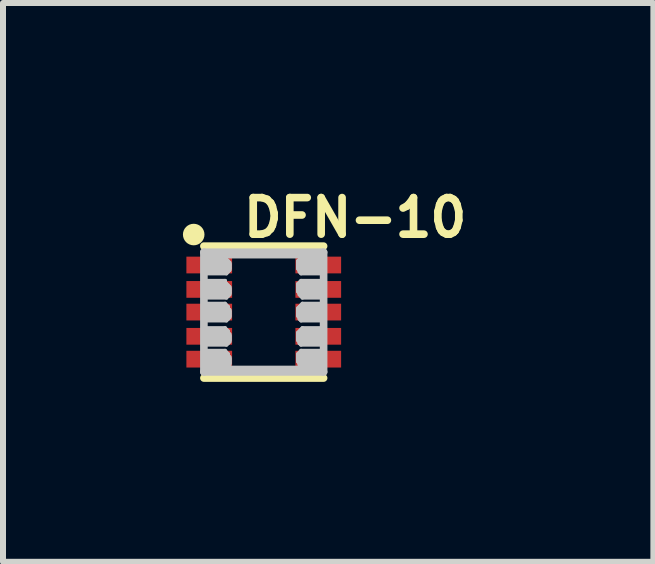
<source format=kicad_pcb>
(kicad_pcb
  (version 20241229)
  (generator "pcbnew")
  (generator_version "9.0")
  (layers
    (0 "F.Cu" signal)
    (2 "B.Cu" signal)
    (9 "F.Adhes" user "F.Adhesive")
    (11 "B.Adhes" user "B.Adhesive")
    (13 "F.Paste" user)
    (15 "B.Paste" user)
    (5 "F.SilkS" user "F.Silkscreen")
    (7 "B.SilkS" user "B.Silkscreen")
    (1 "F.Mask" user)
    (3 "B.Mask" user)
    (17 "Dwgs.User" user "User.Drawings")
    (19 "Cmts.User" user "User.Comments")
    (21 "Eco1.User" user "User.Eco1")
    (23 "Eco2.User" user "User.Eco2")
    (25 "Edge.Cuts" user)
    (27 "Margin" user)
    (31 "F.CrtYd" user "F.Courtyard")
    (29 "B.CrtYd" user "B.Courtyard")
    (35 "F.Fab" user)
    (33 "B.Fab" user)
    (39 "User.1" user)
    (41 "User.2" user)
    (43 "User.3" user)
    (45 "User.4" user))
  (footprint "DFN-10"
    (layer "F.Cu")
    (at 1.348 2.154)
    (property "Reference" "DFN-10" (at 1.524 -1.575 0) (layer "F.SilkS") (effects (font (size 0.61 0.61) (thickness 0.127))))
    (attr smd)
    (fp_line (start -0.998 -1.1) (end 0.998 -1.1) (stroke (width 0.127) (type solid)) (layer "F.SilkS"))
    (fp_line (start -0.998 1.1) (end 0.998 1.1) (stroke (width 0.127) (type solid)) (layer "F.SilkS"))
    (fp_circle (center -1.168 -1.293) (end -1.295 -1.42) (stroke (width 0) (type solid)) (fill yes) (layer "F.SilkS"))
    (fp_line (start -1.003 -0.978) (end 1.003 -0.978) (stroke (width 0.066) (type solid)) (layer "Dwgs.User"))
    (fp_line (start -1.003 -0.953) (end -1.003 -0.978) (stroke (width 0.066) (type solid)) (layer "Dwgs.User"))
    (fp_line (start -1.003 -0.953) (end 1.003 -0.953) (stroke (width 0.066) (type solid)) (layer "Dwgs.User"))
    (fp_line (start -1.003 -0.953) (end 1.003 -0.953) (stroke (width 0.066) (type solid)) (layer "Dwgs.User"))
    (fp_line (start -1.003 -0.927) (end -1.003 -0.953) (stroke (width 0.066) (type solid)) (layer "Dwgs.User"))
    (fp_line (start -1.003 -0.927) (end -0.645 -0.927) (stroke (width 0.066) (type solid)) (layer "Dwgs.User"))
    (fp_line (start -1.003 -0.927) (end 1.003 -0.927) (stroke (width 0.066) (type solid)) (layer "Dwgs.User"))
    (fp_line (start -1.003 -0.899) (end -1.003 -0.927) (stroke (width 0.066) (type solid)) (layer "Dwgs.User"))
    (fp_line (start -1.003 -0.899) (end -0.645 -0.899) (stroke (width 0.066) (type solid)) (layer "Dwgs.User"))
    (fp_line (start -1.003 -0.899) (end -0.645 -0.899) (stroke (width 0.066) (type solid)) (layer "Dwgs.User"))
    (fp_line (start -1.003 -0.876) (end -1.003 -0.899) (stroke (width 0.066) (type solid)) (layer "Dwgs.User"))
    (fp_line (start -1.003 -0.876) (end -0.645 -0.876) (stroke (width 0.066) (type solid)) (layer "Dwgs.User"))
    (fp_line (start -1.003 -0.876) (end -0.622 -0.876) (stroke (width 0.066) (type solid)) (layer "Dwgs.User"))
    (fp_line (start -1.003 -0.851) (end -1.003 -0.876) (stroke (width 0.066) (type solid)) (layer "Dwgs.User"))
    (fp_line (start -1.003 -0.851) (end -0.622 -0.851) (stroke (width 0.066) (type solid)) (layer "Dwgs.User"))
    (fp_line (start -1.003 -0.851) (end -0.597 -0.851) (stroke (width 0.066) (type solid)) (layer "Dwgs.User"))
    (fp_line (start -1.003 -0.826) (end -1.003 -0.851) (stroke (width 0.066) (type solid)) (layer "Dwgs.User"))
    (fp_line (start -1.003 -0.826) (end -0.597 -0.826) (stroke (width 0.066) (type solid)) (layer "Dwgs.User"))
    (fp_line (start -1.003 -0.826) (end -0.572 -0.826) (stroke (width 0.066) (type solid)) (layer "Dwgs.User"))
    (fp_line (start -1.003 -0.8) (end -1.003 -0.826) (stroke (width 0.066) (type solid)) (layer "Dwgs.User"))
    (fp_line (start -1.003 -0.8) (end -0.572 -0.8) (stroke (width 0.066) (type solid)) (layer "Dwgs.User"))
    (fp_line (start -1.003 -0.8) (end -0.572 -0.8) (stroke (width 0.066) (type solid)) (layer "Dwgs.User"))
    (fp_line (start -1.003 -0.775) (end -1.003 -0.8) (stroke (width 0.066) (type solid)) (layer "Dwgs.User"))
    (fp_line (start -1.003 -0.775) (end -0.572 -0.775) (stroke (width 0.066) (type solid)) (layer "Dwgs.User"))
    (fp_line (start -1.003 -0.775) (end -0.572 -0.775) (stroke (width 0.066) (type solid)) (layer "Dwgs.User"))
    (fp_line (start -1.003 -0.749) (end -1.003 -0.775) (stroke (width 0.066) (type solid)) (layer "Dwgs.User"))
    (fp_line (start -1.003 -0.749) (end -0.572 -0.749) (stroke (width 0.066) (type solid)) (layer "Dwgs.User"))
    (fp_line (start -1.003 -0.749) (end -0.572 -0.749) (stroke (width 0.066) (type solid)) (layer "Dwgs.User"))
    (fp_line (start -1.003 -0.724) (end -1.003 -0.749) (stroke (width 0.066) (type solid)) (layer "Dwgs.User"))
    (fp_line (start -1.003 -0.724) (end -0.572 -0.724) (stroke (width 0.066) (type solid)) (layer "Dwgs.User"))
    (fp_line (start -1.003 -0.724) (end -0.572 -0.724) (stroke (width 0.066) (type solid)) (layer "Dwgs.User"))
    (fp_line (start -1.003 -0.699) (end -1.003 -0.724) (stroke (width 0.066) (type solid)) (layer "Dwgs.User"))
    (fp_line (start -1.003 -0.699) (end -0.597 -0.699) (stroke (width 0.066) (type solid)) (layer "Dwgs.User"))
    (fp_line (start -1.003 -0.699) (end -0.572 -0.699) (stroke (width 0.066) (type solid)) (layer "Dwgs.User"))
    (fp_line (start -1.003 -0.673) (end -1.003 -0.699) (stroke (width 0.066) (type solid)) (layer "Dwgs.User"))
    (fp_line (start -1.003 -0.673) (end -0.622 -0.673) (stroke (width 0.066) (type solid)) (layer "Dwgs.User"))
    (fp_line (start -1.003 -0.673) (end -0.597 -0.673) (stroke (width 0.066) (type solid)) (layer "Dwgs.User"))
    (fp_line (start -1.003 -0.645) (end -1.003 -0.673) (stroke (width 0.066) (type solid)) (layer "Dwgs.User"))
    (fp_line (start -1.003 -0.645) (end -0.622 -0.645) (stroke (width 0.066) (type solid)) (layer "Dwgs.User"))
    (fp_line (start -1.003 -0.521) (end -0.645 -0.521) (stroke (width 0.066) (type solid)) (layer "Dwgs.User"))
    (fp_line (start -1.003 -0.495) (end -1.003 -0.521) (stroke (width 0.066) (type solid)) (layer "Dwgs.User"))
    (fp_line (start -1.003 -0.495) (end -0.645 -0.495) (stroke (width 0.066) (type solid)) (layer "Dwgs.User"))
    (fp_line (start -1.003 -0.495) (end -0.645 -0.495) (stroke (width 0.066) (type solid)) (layer "Dwgs.User"))
    (fp_line (start -1.003 -0.47) (end -1.003 -0.495) (stroke (width 0.066) (type solid)) (layer "Dwgs.User"))
    (fp_line (start -1.003 -0.47) (end -0.645 -0.47) (stroke (width 0.066) (type solid)) (layer "Dwgs.User"))
    (fp_line (start -1.003 -0.47) (end -0.622 -0.47) (stroke (width 0.066) (type solid)) (layer "Dwgs.User"))
    (fp_line (start -1.003 -0.445) (end -1.003 -0.47) (stroke (width 0.066) (type solid)) (layer "Dwgs.User"))
    (fp_line (start -1.003 -0.445) (end -0.622 -0.445) (stroke (width 0.066) (type solid)) (layer "Dwgs.User"))
    (fp_line (start -1.003 -0.445) (end -0.597 -0.445) (stroke (width 0.066) (type solid)) (layer "Dwgs.User"))
    (fp_line (start -1.003 -0.419) (end -1.003 -0.445) (stroke (width 0.066) (type solid)) (layer "Dwgs.User"))
    (fp_line (start -1.003 -0.419) (end -0.597 -0.419) (stroke (width 0.066) (type solid)) (layer "Dwgs.User"))
    (fp_line (start -1.003 -0.419) (end -0.572 -0.419) (stroke (width 0.066) (type solid)) (layer "Dwgs.User"))
    (fp_line (start -1.003 -0.394) (end -1.003 -0.419) (stroke (width 0.066) (type solid)) (layer "Dwgs.User"))
    (fp_line (start -1.003 -0.394) (end -0.572 -0.394) (stroke (width 0.066) (type solid)) (layer "Dwgs.User"))
    (fp_line (start -1.003 -0.394) (end -0.572 -0.394) (stroke (width 0.066) (type solid)) (layer "Dwgs.User"))
    (fp_line (start -1.003 -0.368) (end -1.003 -0.394) (stroke (width 0.066) (type solid)) (layer "Dwgs.User"))
    (fp_line (start -1.003 -0.368) (end -0.572 -0.368) (stroke (width 0.066) (type solid)) (layer "Dwgs.User"))
    (fp_line (start -1.003 -0.368) (end -0.572 -0.368) (stroke (width 0.066) (type solid)) (layer "Dwgs.User"))
    (fp_line (start -1.003 -0.343) (end -1.003 -0.368) (stroke (width 0.066) (type solid)) (layer "Dwgs.User"))
    (fp_line (start -1.003 -0.343) (end -0.572 -0.343) (stroke (width 0.066) (type solid)) (layer "Dwgs.User"))
    (fp_line (start -1.003 -0.343) (end -0.572 -0.343) (stroke (width 0.066) (type solid)) (layer "Dwgs.User"))
    (fp_line (start -1.003 -0.318) (end -1.003 -0.343) (stroke (width 0.066) (type solid)) (layer "Dwgs.User"))
    (fp_line (start -1.003 -0.318) (end -0.572 -0.318) (stroke (width 0.066) (type solid)) (layer "Dwgs.User"))
    (fp_line (start -1.003 -0.318) (end -0.572 -0.318) (stroke (width 0.066) (type solid)) (layer "Dwgs.User"))
    (fp_line (start -1.003 -0.292) (end -1.003 -0.318) (stroke (width 0.066) (type solid)) (layer "Dwgs.User"))
    (fp_line (start -1.003 -0.292) (end -0.597 -0.292) (stroke (width 0.066) (type solid)) (layer "Dwgs.User"))
    (fp_line (start -1.003 -0.292) (end -0.572 -0.292) (stroke (width 0.066) (type solid)) (layer "Dwgs.User"))
    (fp_line (start -1.003 -0.267) (end -1.003 -0.292) (stroke (width 0.066) (type solid)) (layer "Dwgs.User"))
    (fp_line (start -1.003 -0.267) (end -0.622 -0.267) (stroke (width 0.066) (type solid)) (layer "Dwgs.User"))
    (fp_line (start -1.003 -0.267) (end -0.597 -0.267) (stroke (width 0.066) (type solid)) (layer "Dwgs.User"))
    (fp_line (start -1.003 -0.241) (end -1.003 -0.267) (stroke (width 0.066) (type solid)) (layer "Dwgs.User"))
    (fp_line (start -1.003 -0.241) (end -0.622 -0.241) (stroke (width 0.066) (type solid)) (layer "Dwgs.User"))
    (fp_line (start -1.003 -0.14) (end -0.645 -0.14) (stroke (width 0.066) (type solid)) (layer "Dwgs.User"))
    (fp_line (start -1.003 -0.114) (end -1.003 -0.14) (stroke (width 0.066) (type solid)) (layer "Dwgs.User"))
    (fp_line (start -1.003 -0.114) (end -0.645 -0.114) (stroke (width 0.066) (type solid)) (layer "Dwgs.User"))
    (fp_line (start -1.003 -0.114) (end -0.622 -0.114) (stroke (width 0.066) (type solid)) (layer "Dwgs.User"))
    (fp_line (start -1.003 -0.089) (end -1.003 -0.114) (stroke (width 0.066) (type solid)) (layer "Dwgs.User"))
    (fp_line (start -1.003 -0.089) (end -0.622 -0.089) (stroke (width 0.066) (type solid)) (layer "Dwgs.User"))
    (fp_line (start -1.003 -0.089) (end -0.597 -0.089) (stroke (width 0.066) (type solid)) (layer "Dwgs.User"))
    (fp_line (start -1.003 -0.064) (end -1.003 -0.089) (stroke (width 0.066) (type solid)) (layer "Dwgs.User"))
    (fp_line (start -1.003 -0.064) (end -0.597 -0.064) (stroke (width 0.066) (type solid)) (layer "Dwgs.User"))
    (fp_line (start -1.003 -0.064) (end -0.597 -0.064) (stroke (width 0.066) (type solid)) (layer "Dwgs.User"))
    (fp_line (start -1.003 -0.038) (end -1.003 -0.064) (stroke (width 0.066) (type solid)) (layer "Dwgs.User"))
    (fp_line (start -1.003 -0.038) (end -0.597 -0.038) (stroke (width 0.066) (type solid)) (layer "Dwgs.User"))
    (fp_line (start -1.003 -0.038) (end -0.572 -0.038) (stroke (width 0.066) (type solid)) (layer "Dwgs.User"))
    (fp_line (start -1.003 -0.013) (end -1.003 -0.038) (stroke (width 0.066) (type solid)) (layer "Dwgs.User"))
    (fp_line (start -1.003 -0.013) (end -0.572 -0.013) (stroke (width 0.066) (type solid)) (layer "Dwgs.User"))
    (fp_line (start -1.003 -0.013) (end -0.572 -0.013) (stroke (width 0.066) (type solid)) (layer "Dwgs.User"))
    (fp_line (start -1.003 0.013) (end -1.003 -0.013) (stroke (width 0.066) (type solid)) (layer "Dwgs.User"))
    (fp_line (start -1.003 0.013) (end -0.572 0.013) (stroke (width 0.066) (type solid)) (layer "Dwgs.User"))
    (fp_line (start -1.003 0.013) (end -0.572 0.013) (stroke (width 0.066) (type solid)) (layer "Dwgs.User"))
    (fp_line (start -1.003 0.038) (end -1.003 0.013) (stroke (width 0.066) (type solid)) (layer "Dwgs.User"))
    (fp_line (start -1.003 0.038) (end -0.572 0.038) (stroke (width 0.066) (type solid)) (layer "Dwgs.User"))
    (fp_line (start -1.003 0.038) (end -0.572 0.038) (stroke (width 0.066) (type solid)) (layer "Dwgs.User"))
    (fp_line (start -1.003 0.064) (end -1.003 0.038) (stroke (width 0.066) (type solid)) (layer "Dwgs.User"))
    (fp_line (start -1.003 0.064) (end -0.572 0.064) (stroke (width 0.066) (type solid)) (layer "Dwgs.User"))
    (fp_line (start -1.003 0.064) (end -0.572 0.064) (stroke (width 0.066) (type solid)) (layer "Dwgs.User"))
    (fp_line (start -1.003 0.089) (end -1.003 0.064) (stroke (width 0.066) (type solid)) (layer "Dwgs.User"))
    (fp_line (start -1.003 0.089) (end -0.597 0.089) (stroke (width 0.066) (type solid)) (layer "Dwgs.User"))
    (fp_line (start -1.003 0.089) (end -0.572 0.089) (stroke (width 0.066) (type solid)) (layer "Dwgs.User"))
    (fp_line (start -1.003 0.114) (end -1.003 0.089) (stroke (width 0.066) (type solid)) (layer "Dwgs.User"))
    (fp_line (start -1.003 0.114) (end -0.622 0.114) (stroke (width 0.066) (type solid)) (layer "Dwgs.User"))
    (fp_line (start -1.003 0.114) (end -0.597 0.114) (stroke (width 0.066) (type solid)) (layer "Dwgs.User"))
    (fp_line (start -1.003 0.14) (end -1.003 0.114) (stroke (width 0.066) (type solid)) (layer "Dwgs.User"))
    (fp_line (start -1.003 0.14) (end -0.622 0.14) (stroke (width 0.066) (type solid)) (layer "Dwgs.User"))
    (fp_line (start -1.003 0.267) (end -0.645 0.267) (stroke (width 0.066) (type solid)) (layer "Dwgs.User"))
    (fp_line (start -1.003 0.292) (end -1.003 0.267) (stroke (width 0.066) (type solid)) (layer "Dwgs.User"))
    (fp_line (start -1.003 0.292) (end -0.645 0.292) (stroke (width 0.066) (type solid)) (layer "Dwgs.User"))
    (fp_line (start -1.003 0.292) (end -0.622 0.292) (stroke (width 0.066) (type solid)) (layer "Dwgs.User"))
    (fp_line (start -1.003 0.318) (end -1.003 0.292) (stroke (width 0.066) (type solid)) (layer "Dwgs.User"))
    (fp_line (start -1.003 0.318) (end -0.622 0.318) (stroke (width 0.066) (type solid)) (layer "Dwgs.User"))
    (fp_line (start -1.003 0.318) (end -0.597 0.318) (stroke (width 0.066) (type solid)) (layer "Dwgs.User"))
    (fp_line (start -1.003 0.343) (end -1.003 0.318) (stroke (width 0.066) (type solid)) (layer "Dwgs.User"))
    (fp_line (start -1.003 0.343) (end -0.597 0.343) (stroke (width 0.066) (type solid)) (layer "Dwgs.User"))
    (fp_line (start -1.003 0.343) (end -0.597 0.343) (stroke (width 0.066) (type solid)) (layer "Dwgs.User"))
    (fp_line (start -1.003 0.368) (end -1.003 0.343) (stroke (width 0.066) (type solid)) (layer "Dwgs.User"))
    (fp_line (start -1.003 0.368) (end -0.597 0.368) (stroke (width 0.066) (type solid)) (layer "Dwgs.User"))
    (fp_line (start -1.003 0.368) (end -0.572 0.368) (stroke (width 0.066) (type solid)) (layer "Dwgs.User"))
    (fp_line (start -1.003 0.394) (end -1.003 0.368) (stroke (width 0.066) (type solid)) (layer "Dwgs.User"))
    (fp_line (start -1.003 0.394) (end -0.572 0.394) (stroke (width 0.066) (type solid)) (layer "Dwgs.User"))
    (fp_line (start -1.003 0.394) (end -0.572 0.394) (stroke (width 0.066) (type solid)) (layer "Dwgs.User"))
    (fp_line (start -1.003 0.419) (end -1.003 0.394) (stroke (width 0.066) (type solid)) (layer "Dwgs.User"))
    (fp_line (start -1.003 0.419) (end -0.572 0.419) (stroke (width 0.066) (type solid)) (layer "Dwgs.User"))
    (fp_line (start -1.003 0.419) (end -0.572 0.419) (stroke (width 0.066) (type solid)) (layer "Dwgs.User"))
    (fp_line (start -1.003 0.445) (end -1.003 0.419) (stroke (width 0.066) (type solid)) (layer "Dwgs.User"))
    (fp_line (start -1.003 0.445) (end -0.572 0.445) (stroke (width 0.066) (type solid)) (layer "Dwgs.User"))
    (fp_line (start -1.003 0.445) (end -0.572 0.445) (stroke (width 0.066) (type solid)) (layer "Dwgs.User"))
    (fp_line (start -1.003 0.47) (end -1.003 0.445) (stroke (width 0.066) (type solid)) (layer "Dwgs.User"))
    (fp_line (start -1.003 0.47) (end -0.572 0.47) (stroke (width 0.066) (type solid)) (layer "Dwgs.User"))
    (fp_line (start -1.003 0.47) (end -0.572 0.47) (stroke (width 0.066) (type solid)) (layer "Dwgs.User"))
    (fp_line (start -1.003 0.495) (end -1.003 0.47) (stroke (width 0.066) (type solid)) (layer "Dwgs.User"))
    (fp_line (start -1.003 0.495) (end -0.597 0.495) (stroke (width 0.066) (type solid)) (layer "Dwgs.User"))
    (fp_line (start -1.003 0.495) (end -0.572 0.495) (stroke (width 0.066) (type solid)) (layer "Dwgs.User"))
    (fp_line (start -1.003 0.521) (end -1.003 0.495) (stroke (width 0.066) (type solid)) (layer "Dwgs.User"))
    (fp_line (start -1.003 0.521) (end -0.622 0.521) (stroke (width 0.066) (type solid)) (layer "Dwgs.User"))
    (fp_line (start -1.003 0.521) (end -0.597 0.521) (stroke (width 0.066) (type solid)) (layer "Dwgs.User"))
    (fp_line (start -1.003 0.544) (end -1.003 0.521) (stroke (width 0.066) (type solid)) (layer "Dwgs.User"))
    (fp_line (start -1.003 0.544) (end -0.622 0.544) (stroke (width 0.066) (type solid)) (layer "Dwgs.User"))
    (fp_line (start -1.003 0.645) (end -0.645 0.645) (stroke (width 0.066) (type solid)) (layer "Dwgs.User"))
    (fp_line (start -1.003 0.673) (end -1.003 0.645) (stroke (width 0.066) (type solid)) (layer "Dwgs.User"))
    (fp_line (start -1.003 0.673) (end -0.645 0.673) (stroke (width 0.066) (type solid)) (layer "Dwgs.User"))
    (fp_line (start -1.003 0.673) (end -0.622 0.673) (stroke (width 0.066) (type solid)) (layer "Dwgs.User"))
    (fp_line (start -1.003 0.699) (end -1.003 0.673) (stroke (width 0.066) (type solid)) (layer "Dwgs.User"))
    (fp_line (start -1.003 0.699) (end -0.622 0.699) (stroke (width 0.066) (type solid)) (layer "Dwgs.User"))
    (fp_line (start -1.003 0.699) (end -0.597 0.699) (stroke (width 0.066) (type solid)) (layer "Dwgs.User"))
    (fp_line (start -1.003 0.724) (end -1.003 0.699) (stroke (width 0.066) (type solid)) (layer "Dwgs.User"))
    (fp_line (start -1.003 0.724) (end -0.597 0.724) (stroke (width 0.066) (type solid)) (layer "Dwgs.User"))
    (fp_line (start -1.003 0.724) (end -0.597 0.724) (stroke (width 0.066) (type solid)) (layer "Dwgs.User"))
    (fp_line (start -1.003 0.749) (end -1.003 0.724) (stroke (width 0.066) (type solid)) (layer "Dwgs.User"))
    (fp_line (start -1.003 0.749) (end -0.597 0.749) (stroke (width 0.066) (type solid)) (layer "Dwgs.User"))
    (fp_line (start -1.003 0.749) (end -0.572 0.749) (stroke (width 0.066) (type solid)) (layer "Dwgs.User"))
    (fp_line (start -1.003 0.775) (end -1.003 0.749) (stroke (width 0.066) (type solid)) (layer "Dwgs.User"))
    (fp_line (start -1.003 0.775) (end -0.572 0.775) (stroke (width 0.066) (type solid)) (layer "Dwgs.User"))
    (fp_line (start -1.003 0.775) (end -0.572 0.775) (stroke (width 0.066) (type solid)) (layer "Dwgs.User"))
    (fp_line (start -1.003 0.8) (end -1.003 0.775) (stroke (width 0.066) (type solid)) (layer "Dwgs.User"))
    (fp_line (start -1.003 0.8) (end -0.572 0.8) (stroke (width 0.066) (type solid)) (layer "Dwgs.User"))
    (fp_line (start -1.003 0.8) (end -0.572 0.8) (stroke (width 0.066) (type solid)) (layer "Dwgs.User"))
    (fp_line (start -1.003 0.826) (end -1.003 0.8) (stroke (width 0.066) (type solid)) (layer "Dwgs.User"))
    (fp_line (start -1.003 0.826) (end -0.572 0.826) (stroke (width 0.066) (type solid)) (layer "Dwgs.User"))
    (fp_line (start -1.003 0.826) (end -0.572 0.826) (stroke (width 0.066) (type solid)) (layer "Dwgs.User"))
    (fp_line (start -1.003 0.851) (end -1.003 0.826) (stroke (width 0.066) (type solid)) (layer "Dwgs.User"))
    (fp_line (start -1.003 0.851) (end -0.572 0.851) (stroke (width 0.066) (type solid)) (layer "Dwgs.User"))
    (fp_line (start -1.003 0.851) (end -0.572 0.851) (stroke (width 0.066) (type solid)) (layer "Dwgs.User"))
    (fp_line (start -1.003 0.876) (end -1.003 0.851) (stroke (width 0.066) (type solid)) (layer "Dwgs.User"))
    (fp_line (start -1.003 0.876) (end -0.597 0.876) (stroke (width 0.066) (type solid)) (layer "Dwgs.User"))
    (fp_line (start -1.003 0.876) (end -0.572 0.876) (stroke (width 0.066) (type solid)) (layer "Dwgs.User"))
    (fp_line (start -1.003 0.899) (end -1.003 0.876) (stroke (width 0.066) (type solid)) (layer "Dwgs.User"))
    (fp_line (start -1.003 0.899) (end -0.622 0.899) (stroke (width 0.066) (type solid)) (layer "Dwgs.User"))
    (fp_line (start -1.003 0.899) (end -0.597 0.899) (stroke (width 0.066) (type solid)) (layer "Dwgs.User"))
    (fp_line (start -1.003 0.927) (end -1.003 0.899) (stroke (width 0.066) (type solid)) (layer "Dwgs.User"))
    (fp_line (start -1.003 0.927) (end -0.622 0.927) (stroke (width 0.066) (type solid)) (layer "Dwgs.User"))
    (fp_line (start -1.003 0.927) (end 1.003 0.927) (stroke (width 0.066) (type solid)) (layer "Dwgs.User"))
    (fp_line (start -1.003 0.953) (end -1.003 0.927) (stroke (width 0.066) (type solid)) (layer "Dwgs.User"))
    (fp_line (start -1.003 0.953) (end 1.003 0.953) (stroke (width 0.066) (type solid)) (layer "Dwgs.User"))
    (fp_line (start -1.003 0.953) (end 1.003 0.953) (stroke (width 0.066) (type solid)) (layer "Dwgs.User"))
    (fp_line (start -1.003 0.978) (end -1.003 0.953) (stroke (width 0.066) (type solid)) (layer "Dwgs.User"))
    (fp_line (start -1.003 0.978) (end 1.003 0.978) (stroke (width 0.066) (type solid)) (layer "Dwgs.User"))
    (fp_line (start -0.998 -0.998) (end -0.998 0.998) (stroke (width 0.127) (type solid)) (layer "Dwgs.User"))
    (fp_line (start -0.998 0.998) (end 0.998 0.998) (stroke (width 0.127) (type solid)) (layer "Dwgs.User"))
    (fp_line (start -0.645 -0.899) (end -0.645 -0.927) (stroke (width 0.066) (type solid)) (layer "Dwgs.User"))
    (fp_line (start -0.645 -0.876) (end -0.645 -0.899) (stroke (width 0.066) (type solid)) (layer "Dwgs.User"))
    (fp_line (start -0.645 -0.495) (end -0.645 -0.521) (stroke (width 0.066) (type solid)) (layer "Dwgs.User"))
    (fp_line (start -0.645 -0.47) (end -0.645 -0.495) (stroke (width 0.066) (type solid)) (layer "Dwgs.User"))
    (fp_line (start -0.645 -0.114) (end -0.645 -0.14) (stroke (width 0.066) (type solid)) (layer "Dwgs.User"))
    (fp_line (start -0.645 0.292) (end -0.645 0.267) (stroke (width 0.066) (type solid)) (layer "Dwgs.User"))
    (fp_line (start -0.645 0.673) (end -0.645 0.645) (stroke (width 0.066) (type solid)) (layer "Dwgs.User"))
    (fp_line (start -0.622 -0.851) (end -0.622 -0.876) (stroke (width 0.066) (type solid)) (layer "Dwgs.User"))
    (fp_line (start -0.622 -0.645) (end -0.622 -0.673) (stroke (width 0.066) (type solid)) (layer "Dwgs.User"))
    (fp_line (start -0.622 -0.445) (end -0.622 -0.47) (stroke (width 0.066) (type solid)) (layer "Dwgs.User"))
    (fp_line (start -0.622 -0.241) (end -0.622 -0.267) (stroke (width 0.066) (type solid)) (layer "Dwgs.User"))
    (fp_line (start -0.622 -0.089) (end -0.622 -0.114) (stroke (width 0.066) (type solid)) (layer "Dwgs.User"))
    (fp_line (start -0.622 0.14) (end -0.622 0.114) (stroke (width 0.066) (type solid)) (layer "Dwgs.User"))
    (fp_line (start -0.622 0.318) (end -0.622 0.292) (stroke (width 0.066) (type solid)) (layer "Dwgs.User"))
    (fp_line (start -0.622 0.544) (end -0.622 0.521) (stroke (width 0.066) (type solid)) (layer "Dwgs.User"))
    (fp_line (start -0.622 0.699) (end -0.622 0.673) (stroke (width 0.066) (type solid)) (layer "Dwgs.User"))
    (fp_line (start -0.622 0.927) (end -0.622 0.899) (stroke (width 0.066) (type solid)) (layer "Dwgs.User"))
    (fp_line (start -0.597 -0.826) (end -0.597 -0.851) (stroke (width 0.066) (type solid)) (layer "Dwgs.User"))
    (fp_line (start -0.597 -0.673) (end -0.597 -0.699) (stroke (width 0.066) (type solid)) (layer "Dwgs.User"))
    (fp_line (start -0.597 -0.419) (end -0.597 -0.445) (stroke (width 0.066) (type solid)) (layer "Dwgs.User"))
    (fp_line (start -0.597 -0.267) (end -0.597 -0.292) (stroke (width 0.066) (type solid)) (layer "Dwgs.User"))
    (fp_line (start -0.597 -0.064) (end -0.597 -0.089) (stroke (width 0.066) (type solid)) (layer "Dwgs.User"))
    (fp_line (start -0.597 -0.038) (end -0.597 -0.064) (stroke (width 0.066) (type solid)) (layer "Dwgs.User"))
    (fp_line (start -0.597 0.114) (end -0.597 0.089) (stroke (width 0.066) (type solid)) (layer "Dwgs.User"))
    (fp_line (start -0.597 0.343) (end -0.597 0.318) (stroke (width 0.066) (type solid)) (layer "Dwgs.User"))
    (fp_line (start -0.597 0.368) (end -0.597 0.343) (stroke (width 0.066) (type solid)) (layer "Dwgs.User"))
    (fp_line (start -0.597 0.521) (end -0.597 0.495) (stroke (width 0.066) (type solid)) (layer "Dwgs.User"))
    (fp_line (start -0.597 0.724) (end -0.597 0.699) (stroke (width 0.066) (type solid)) (layer "Dwgs.User"))
    (fp_line (start -0.597 0.749) (end -0.597 0.724) (stroke (width 0.066) (type solid)) (layer "Dwgs.User"))
    (fp_line (start -0.597 0.899) (end -0.597 0.876) (stroke (width 0.066) (type solid)) (layer "Dwgs.User"))
    (fp_line (start -0.572 -0.8) (end -0.572 -0.826) (stroke (width 0.066) (type solid)) (layer "Dwgs.User"))
    (fp_line (start -0.572 -0.775) (end -0.572 -0.8) (stroke (width 0.066) (type solid)) (layer "Dwgs.User"))
    (fp_line (start -0.572 -0.749) (end -0.572 -0.775) (stroke (width 0.066) (type solid)) (layer "Dwgs.User"))
    (fp_line (start -0.572 -0.724) (end -0.572 -0.749) (stroke (width 0.066) (type solid)) (layer "Dwgs.User"))
    (fp_line (start -0.572 -0.699) (end -0.572 -0.724) (stroke (width 0.066) (type solid)) (layer "Dwgs.User"))
    (fp_line (start -0.572 -0.394) (end -0.572 -0.419) (stroke (width 0.066) (type solid)) (layer "Dwgs.User"))
    (fp_line (start -0.572 -0.368) (end -0.572 -0.394) (stroke (width 0.066) (type solid)) (layer "Dwgs.User"))
    (fp_line (start -0.572 -0.343) (end -0.572 -0.368) (stroke (width 0.066) (type solid)) (layer "Dwgs.User"))
    (fp_line (start -0.572 -0.318) (end -0.572 -0.343) (stroke (width 0.066) (type solid)) (layer "Dwgs.User"))
    (fp_line (start -0.572 -0.292) (end -0.572 -0.318) (stroke (width 0.066) (type solid)) (layer "Dwgs.User"))
    (fp_line (start -0.572 -0.013) (end -0.572 -0.038) (stroke (width 0.066) (type solid)) (layer "Dwgs.User"))
    (fp_line (start -0.572 0.013) (end -0.572 -0.013) (stroke (width 0.066) (type solid)) (layer "Dwgs.User"))
    (fp_line (start -0.572 0.038) (end -0.572 0.013) (stroke (width 0.066) (type solid)) (layer "Dwgs.User"))
    (fp_line (start -0.572 0.064) (end -0.572 0.038) (stroke (width 0.066) (type solid)) (layer "Dwgs.User"))
    (fp_line (start -0.572 0.089) (end -0.572 0.064) (stroke (width 0.066) (type solid)) (layer "Dwgs.User"))
    (fp_line (start -0.572 0.394) (end -0.572 0.368) (stroke (width 0.066) (type solid)) (layer "Dwgs.User"))
    (fp_line (start -0.572 0.419) (end -0.572 0.394) (stroke (width 0.066) (type solid)) (layer "Dwgs.User"))
    (fp_line (start -0.572 0.445) (end -0.572 0.419) (stroke (width 0.066) (type solid)) (layer "Dwgs.User"))
    (fp_line (start -0.572 0.47) (end -0.572 0.445) (stroke (width 0.066) (type solid)) (layer "Dwgs.User"))
    (fp_line (start -0.572 0.495) (end -0.572 0.47) (stroke (width 0.066) (type solid)) (layer "Dwgs.User"))
    (fp_line (start -0.572 0.775) (end -0.572 0.749) (stroke (width 0.066) (type solid)) (layer "Dwgs.User"))
    (fp_line (start -0.572 0.8) (end -0.572 0.775) (stroke (width 0.066) (type solid)) (layer "Dwgs.User"))
    (fp_line (start -0.572 0.826) (end -0.572 0.8) (stroke (width 0.066) (type solid)) (layer "Dwgs.User"))
    (fp_line (start -0.572 0.851) (end -0.572 0.826) (stroke (width 0.066) (type solid)) (layer "Dwgs.User"))
    (fp_line (start -0.572 0.876) (end -0.572 0.851) (stroke (width 0.066) (type solid)) (layer "Dwgs.User"))
    (fp_line (start 0.572 -0.851) (end 1.003 -0.851) (stroke (width 0.066) (type solid)) (layer "Dwgs.User"))
    (fp_line (start 0.572 -0.826) (end 0.572 -0.851) (stroke (width 0.066) (type solid)) (layer "Dwgs.User"))
    (fp_line (start 0.572 -0.826) (end 1.003 -0.826) (stroke (width 0.066) (type solid)) (layer "Dwgs.User"))
    (fp_line (start 0.572 -0.826) (end 1.003 -0.826) (stroke (width 0.066) (type solid)) (layer "Dwgs.User"))
    (fp_line (start 0.572 -0.8) (end 0.572 -0.826) (stroke (width 0.066) (type solid)) (layer "Dwgs.User"))
    (fp_line (start 0.572 -0.8) (end 1.003 -0.8) (stroke (width 0.066) (type solid)) (layer "Dwgs.User"))
    (fp_line (start 0.572 -0.8) (end 1.003 -0.8) (stroke (width 0.066) (type solid)) (layer "Dwgs.User"))
    (fp_line (start 0.572 -0.775) (end 0.572 -0.8) (stroke (width 0.066) (type solid)) (layer "Dwgs.User"))
    (fp_line (start 0.572 -0.775) (end 1.003 -0.775) (stroke (width 0.066) (type solid)) (layer "Dwgs.User"))
    (fp_line (start 0.572 -0.775) (end 1.003 -0.775) (stroke (width 0.066) (type solid)) (layer "Dwgs.User"))
    (fp_line (start 0.572 -0.749) (end 0.572 -0.775) (stroke (width 0.066) (type solid)) (layer "Dwgs.User"))
    (fp_line (start 0.572 -0.749) (end 1.003 -0.749) (stroke (width 0.066) (type solid)) (layer "Dwgs.User"))
    (fp_line (start 0.572 -0.749) (end 1.003 -0.749) (stroke (width 0.066) (type solid)) (layer "Dwgs.User"))
    (fp_line (start 0.572 -0.724) (end 0.572 -0.749) (stroke (width 0.066) (type solid)) (layer "Dwgs.User"))
    (fp_line (start 0.572 -0.724) (end 1.003 -0.724) (stroke (width 0.066) (type solid)) (layer "Dwgs.User"))
    (fp_line (start 0.572 -0.47) (end 1.003 -0.47) (stroke (width 0.066) (type solid)) (layer "Dwgs.User"))
    (fp_line (start 0.572 -0.445) (end 0.572 -0.47) (stroke (width 0.066) (type solid)) (layer "Dwgs.User"))
    (fp_line (start 0.572 -0.445) (end 1.003 -0.445) (stroke (width 0.066) (type solid)) (layer "Dwgs.User"))
    (fp_line (start 0.572 -0.445) (end 1.003 -0.445) (stroke (width 0.066) (type solid)) (layer "Dwgs.User"))
    (fp_line (start 0.572 -0.419) (end 0.572 -0.445) (stroke (width 0.066) (type solid)) (layer "Dwgs.User"))
    (fp_line (start 0.572 -0.419) (end 1.003 -0.419) (stroke (width 0.066) (type solid)) (layer "Dwgs.User"))
    (fp_line (start 0.572 -0.419) (end 1.003 -0.419) (stroke (width 0.066) (type solid)) (layer "Dwgs.User"))
    (fp_line (start 0.572 -0.394) (end 0.572 -0.419) (stroke (width 0.066) (type solid)) (layer "Dwgs.User"))
    (fp_line (start 0.572 -0.394) (end 1.003 -0.394) (stroke (width 0.066) (type solid)) (layer "Dwgs.User"))
    (fp_line (start 0.572 -0.394) (end 1.003 -0.394) (stroke (width 0.066) (type solid)) (layer "Dwgs.User"))
    (fp_line (start 0.572 -0.368) (end 0.572 -0.394) (stroke (width 0.066) (type solid)) (layer "Dwgs.User"))
    (fp_line (start 0.572 -0.368) (end 1.003 -0.368) (stroke (width 0.066) (type solid)) (layer "Dwgs.User"))
    (fp_line (start 0.572 -0.368) (end 1.003 -0.368) (stroke (width 0.066) (type solid)) (layer "Dwgs.User"))
    (fp_line (start 0.572 -0.343) (end 0.572 -0.368) (stroke (width 0.066) (type solid)) (layer "Dwgs.User"))
    (fp_line (start 0.572 -0.343) (end 1.003 -0.343) (stroke (width 0.066) (type solid)) (layer "Dwgs.User"))
    (fp_line (start 0.572 -0.064) (end 1.003 -0.064) (stroke (width 0.066) (type solid)) (layer "Dwgs.User"))
    (fp_line (start 0.572 -0.038) (end 0.572 -0.064) (stroke (width 0.066) (type solid)) (layer "Dwgs.User"))
    (fp_line (start 0.572 -0.038) (end 1.003 -0.038) (stroke (width 0.066) (type solid)) (layer "Dwgs.User"))
    (fp_line (start 0.572 -0.038) (end 1.003 -0.038) (stroke (width 0.066) (type solid)) (layer "Dwgs.User"))
    (fp_line (start 0.572 -0.013) (end 0.572 -0.038) (stroke (width 0.066) (type solid)) (layer "Dwgs.User"))
    (fp_line (start 0.572 -0.013) (end 1.003 -0.013) (stroke (width 0.066) (type solid)) (layer "Dwgs.User"))
    (fp_line (start 0.572 -0.013) (end 1.003 -0.013) (stroke (width 0.066) (type solid)) (layer "Dwgs.User"))
    (fp_line (start 0.572 0.013) (end 0.572 -0.013) (stroke (width 0.066) (type solid)) (layer "Dwgs.User"))
    (fp_line (start 0.572 0.013) (end 1.003 0.013) (stroke (width 0.066) (type solid)) (layer "Dwgs.User"))
    (fp_line (start 0.572 0.013) (end 1.003 0.013) (stroke (width 0.066) (type solid)) (layer "Dwgs.User"))
    (fp_line (start 0.572 0.038) (end 0.572 0.013) (stroke (width 0.066) (type solid)) (layer "Dwgs.User"))
    (fp_line (start 0.572 0.038) (end 1.003 0.038) (stroke (width 0.066) (type solid)) (layer "Dwgs.User"))
    (fp_line (start 0.572 0.038) (end 1.003 0.038) (stroke (width 0.066) (type solid)) (layer "Dwgs.User"))
    (fp_line (start 0.572 0.064) (end 0.572 0.038) (stroke (width 0.066) (type solid)) (layer "Dwgs.User"))
    (fp_line (start 0.572 0.064) (end 1.003 0.064) (stroke (width 0.066) (type solid)) (layer "Dwgs.User"))
    (fp_line (start 0.572 0.343) (end 1.003 0.343) (stroke (width 0.066) (type solid)) (layer "Dwgs.User"))
    (fp_line (start 0.572 0.368) (end 0.572 0.343) (stroke (width 0.066) (type solid)) (layer "Dwgs.User"))
    (fp_line (start 0.572 0.368) (end 1.003 0.368) (stroke (width 0.066) (type solid)) (layer "Dwgs.User"))
    (fp_line (start 0.572 0.368) (end 1.003 0.368) (stroke (width 0.066) (type solid)) (layer "Dwgs.User"))
    (fp_line (start 0.572 0.394) (end 0.572 0.368) (stroke (width 0.066) (type solid)) (layer "Dwgs.User"))
    (fp_line (start 0.572 0.394) (end 1.003 0.394) (stroke (width 0.066) (type solid)) (layer "Dwgs.User"))
    (fp_line (start 0.572 0.394) (end 1.003 0.394) (stroke (width 0.066) (type solid)) (layer "Dwgs.User"))
    (fp_line (start 0.572 0.419) (end 0.572 0.394) (stroke (width 0.066) (type solid)) (layer "Dwgs.User"))
    (fp_line (start 0.572 0.419) (end 1.003 0.419) (stroke (width 0.066) (type solid)) (layer "Dwgs.User"))
    (fp_line (start 0.572 0.419) (end 1.003 0.419) (stroke (width 0.066) (type solid)) (layer "Dwgs.User"))
    (fp_line (start 0.572 0.445) (end 0.572 0.419) (stroke (width 0.066) (type solid)) (layer "Dwgs.User"))
    (fp_line (start 0.572 0.445) (end 1.003 0.445) (stroke (width 0.066) (type solid)) (layer "Dwgs.User"))
    (fp_line (start 0.572 0.445) (end 1.003 0.445) (stroke (width 0.066) (type solid)) (layer "Dwgs.User"))
    (fp_line (start 0.572 0.47) (end 0.572 0.445) (stroke (width 0.066) (type solid)) (layer "Dwgs.User"))
    (fp_line (start 0.572 0.47) (end 1.003 0.47) (stroke (width 0.066) (type solid)) (layer "Dwgs.User"))
    (fp_line (start 0.572 0.699) (end 1.003 0.699) (stroke (width 0.066) (type solid)) (layer "Dwgs.User"))
    (fp_line (start 0.572 0.724) (end 0.572 0.699) (stroke (width 0.066) (type solid)) (layer "Dwgs.User"))
    (fp_line (start 0.572 0.724) (end 1.003 0.724) (stroke (width 0.066) (type solid)) (layer "Dwgs.User"))
    (fp_line (start 0.572 0.724) (end 1.003 0.724) (stroke (width 0.066) (type solid)) (layer "Dwgs.User"))
    (fp_line (start 0.572 0.749) (end 0.572 0.724) (stroke (width 0.066) (type solid)) (layer "Dwgs.User"))
    (fp_line (start 0.572 0.749) (end 1.003 0.749) (stroke (width 0.066) (type solid)) (layer "Dwgs.User"))
    (fp_line (start 0.572 0.749) (end 1.003 0.749) (stroke (width 0.066) (type solid)) (layer "Dwgs.User"))
    (fp_line (start 0.572 0.775) (end 0.572 0.749) (stroke (width 0.066) (type solid)) (layer "Dwgs.User"))
    (fp_line (start 0.572 0.775) (end 1.003 0.775) (stroke (width 0.066) (type solid)) (layer "Dwgs.User"))
    (fp_line (start 0.572 0.775) (end 1.003 0.775) (stroke (width 0.066) (type solid)) (layer "Dwgs.User"))
    (fp_line (start 0.572 0.8) (end 0.572 0.775) (stroke (width 0.066) (type solid)) (layer "Dwgs.User"))
    (fp_line (start 0.572 0.8) (end 1.003 0.8) (stroke (width 0.066) (type solid)) (layer "Dwgs.User"))
    (fp_line (start 0.572 0.8) (end 1.003 0.8) (stroke (width 0.066) (type solid)) (layer "Dwgs.User"))
    (fp_line (start 0.572 0.826) (end 0.572 0.8) (stroke (width 0.066) (type solid)) (layer "Dwgs.User"))
    (fp_line (start 0.572 0.826) (end 1.003 0.826) (stroke (width 0.066) (type solid)) (layer "Dwgs.User"))
    (fp_line (start 0.597 -0.876) (end 1.003 -0.876) (stroke (width 0.066) (type solid)) (layer "Dwgs.User"))
    (fp_line (start 0.597 -0.851) (end 0.597 -0.876) (stroke (width 0.066) (type solid)) (layer "Dwgs.User"))
    (fp_line (start 0.597 -0.851) (end 1.003 -0.851) (stroke (width 0.066) (type solid)) (layer "Dwgs.User"))
    (fp_line (start 0.597 -0.724) (end 1.003 -0.724) (stroke (width 0.066) (type solid)) (layer "Dwgs.User"))
    (fp_line (start 0.597 -0.699) (end 0.597 -0.724) (stroke (width 0.066) (type solid)) (layer "Dwgs.User"))
    (fp_line (start 0.597 -0.699) (end 1.003 -0.699) (stroke (width 0.066) (type solid)) (layer "Dwgs.User"))
    (fp_line (start 0.597 -0.699) (end 1.003 -0.699) (stroke (width 0.066) (type solid)) (layer "Dwgs.User"))
    (fp_line (start 0.597 -0.673) (end 0.597 -0.699) (stroke (width 0.066) (type solid)) (layer "Dwgs.User"))
    (fp_line (start 0.597 -0.673) (end 1.003 -0.673) (stroke (width 0.066) (type solid)) (layer "Dwgs.User"))
    (fp_line (start 0.597 -0.495) (end 1.003 -0.495) (stroke (width 0.066) (type solid)) (layer "Dwgs.User"))
    (fp_line (start 0.597 -0.47) (end 0.597 -0.495) (stroke (width 0.066) (type solid)) (layer "Dwgs.User"))
    (fp_line (start 0.597 -0.47) (end 1.003 -0.47) (stroke (width 0.066) (type solid)) (layer "Dwgs.User"))
    (fp_line (start 0.597 -0.343) (end 1.003 -0.343) (stroke (width 0.066) (type solid)) (layer "Dwgs.User"))
    (fp_line (start 0.597 -0.318) (end 0.597 -0.343) (stroke (width 0.066) (type solid)) (layer "Dwgs.User"))
    (fp_line (start 0.597 -0.318) (end 1.003 -0.318) (stroke (width 0.066) (type solid)) (layer "Dwgs.User"))
    (fp_line (start 0.597 -0.318) (end 1.003 -0.318) (stroke (width 0.066) (type solid)) (layer "Dwgs.User"))
    (fp_line (start 0.597 -0.292) (end 0.597 -0.318) (stroke (width 0.066) (type solid)) (layer "Dwgs.User"))
    (fp_line (start 0.597 -0.292) (end 1.003 -0.292) (stroke (width 0.066) (type solid)) (layer "Dwgs.User"))
    (fp_line (start 0.597 -0.089) (end 1.003 -0.089) (stroke (width 0.066) (type solid)) (layer "Dwgs.User"))
    (fp_line (start 0.597 -0.064) (end 0.597 -0.089) (stroke (width 0.066) (type solid)) (layer "Dwgs.User"))
    (fp_line (start 0.597 -0.064) (end 1.003 -0.064) (stroke (width 0.066) (type solid)) (layer "Dwgs.User"))
    (fp_line (start 0.597 0.064) (end 1.003 0.064) (stroke (width 0.066) (type solid)) (layer "Dwgs.User"))
    (fp_line (start 0.597 0.089) (end 0.597 0.064) (stroke (width 0.066) (type solid)) (layer "Dwgs.User"))
    (fp_line (start 0.597 0.089) (end 1.003 0.089) (stroke (width 0.066) (type solid)) (layer "Dwgs.User"))
    (fp_line (start 0.597 0.089) (end 1.003 0.089) (stroke (width 0.066) (type solid)) (layer "Dwgs.User"))
    (fp_line (start 0.597 0.114) (end 0.597 0.089) (stroke (width 0.066) (type solid)) (layer "Dwgs.User"))
    (fp_line (start 0.597 0.114) (end 1.003 0.114) (stroke (width 0.066) (type solid)) (layer "Dwgs.User"))
    (fp_line (start 0.597 0.318) (end 1.003 0.318) (stroke (width 0.066) (type solid)) (layer "Dwgs.User"))
    (fp_line (start 0.597 0.343) (end 0.597 0.318) (stroke (width 0.066) (type solid)) (layer "Dwgs.User"))
    (fp_line (start 0.597 0.343) (end 1.003 0.343) (stroke (width 0.066) (type solid)) (layer "Dwgs.User"))
    (fp_line (start 0.597 0.47) (end 1.003 0.47) (stroke (width 0.066) (type solid)) (layer "Dwgs.User"))
    (fp_line (start 0.597 0.495) (end 0.597 0.47) (stroke (width 0.066) (type solid)) (layer "Dwgs.User"))
    (fp_line (start 0.597 0.495) (end 1.003 0.495) (stroke (width 0.066) (type solid)) (layer "Dwgs.User"))
    (fp_line (start 0.597 0.495) (end 1.003 0.495) (stroke (width 0.066) (type solid)) (layer "Dwgs.User"))
    (fp_line (start 0.597 0.521) (end 0.597 0.495) (stroke (width 0.066) (type solid)) (layer "Dwgs.User"))
    (fp_line (start 0.597 0.521) (end 1.003 0.521) (stroke (width 0.066) (type solid)) (layer "Dwgs.User"))
    (fp_line (start 0.597 0.673) (end 1.003 0.673) (stroke (width 0.066) (type solid)) (layer "Dwgs.User"))
    (fp_line (start 0.597 0.699) (end 0.597 0.673) (stroke (width 0.066) (type solid)) (layer "Dwgs.User"))
    (fp_line (start 0.597 0.699) (end 1.003 0.699) (stroke (width 0.066) (type solid)) (layer "Dwgs.User"))
    (fp_line (start 0.597 0.826) (end 1.003 0.826) (stroke (width 0.066) (type solid)) (layer "Dwgs.User"))
    (fp_line (start 0.597 0.851) (end 0.597 0.826) (stroke (width 0.066) (type solid)) (layer "Dwgs.User"))
    (fp_line (start 0.597 0.851) (end 1.003 0.851) (stroke (width 0.066) (type solid)) (layer "Dwgs.User"))
    (fp_line (start 0.597 0.851) (end 1.003 0.851) (stroke (width 0.066) (type solid)) (layer "Dwgs.User"))
    (fp_line (start 0.597 0.876) (end 0.597 0.851) (stroke (width 0.066) (type solid)) (layer "Dwgs.User"))
    (fp_line (start 0.597 0.876) (end 1.003 0.876) (stroke (width 0.066) (type solid)) (layer "Dwgs.User"))
    (fp_line (start 0.622 -0.927) (end 1.003 -0.927) (stroke (width 0.066) (type solid)) (layer "Dwgs.User"))
    (fp_line (start 0.622 -0.899) (end 0.622 -0.927) (stroke (width 0.066) (type solid)) (layer "Dwgs.User"))
    (fp_line (start 0.622 -0.899) (end 1.003 -0.899) (stroke (width 0.066) (type solid)) (layer "Dwgs.User"))
    (fp_line (start 0.622 -0.899) (end 1.003 -0.899) (stroke (width 0.066) (type solid)) (layer "Dwgs.User"))
    (fp_line (start 0.622 -0.876) (end 0.622 -0.899) (stroke (width 0.066) (type solid)) (layer "Dwgs.User"))
    (fp_line (start 0.622 -0.876) (end 1.003 -0.876) (stroke (width 0.066) (type solid)) (layer "Dwgs.User"))
    (fp_line (start 0.622 -0.673) (end 1.003 -0.673) (stroke (width 0.066) (type solid)) (layer "Dwgs.User"))
    (fp_line (start 0.622 -0.645) (end 0.622 -0.673) (stroke (width 0.066) (type solid)) (layer "Dwgs.User"))
    (fp_line (start 0.622 -0.645) (end 1.003 -0.645) (stroke (width 0.066) (type solid)) (layer "Dwgs.User"))
    (fp_line (start 0.622 -0.521) (end 1.003 -0.521) (stroke (width 0.066) (type solid)) (layer "Dwgs.User"))
    (fp_line (start 0.622 -0.495) (end 0.622 -0.521) (stroke (width 0.066) (type solid)) (layer "Dwgs.User"))
    (fp_line (start 0.622 -0.495) (end 1.003 -0.495) (stroke (width 0.066) (type solid)) (layer "Dwgs.User"))
    (fp_line (start 0.622 -0.292) (end 1.003 -0.292) (stroke (width 0.066) (type solid)) (layer "Dwgs.User"))
    (fp_line (start 0.622 -0.267) (end 0.622 -0.292) (stroke (width 0.066) (type solid)) (layer "Dwgs.User"))
    (fp_line (start 0.622 -0.267) (end 1.003 -0.267) (stroke (width 0.066) (type solid)) (layer "Dwgs.User"))
    (fp_line (start 0.622 -0.114) (end 1.003 -0.114) (stroke (width 0.066) (type solid)) (layer "Dwgs.User"))
    (fp_line (start 0.622 -0.089) (end 0.622 -0.114) (stroke (width 0.066) (type solid)) (layer "Dwgs.User"))
    (fp_line (start 0.622 -0.089) (end 1.003 -0.089) (stroke (width 0.066) (type solid)) (layer "Dwgs.User"))
    (fp_line (start 0.622 0.114) (end 1.003 0.114) (stroke (width 0.066) (type solid)) (layer "Dwgs.User"))
    (fp_line (start 0.622 0.14) (end 0.622 0.114) (stroke (width 0.066) (type solid)) (layer "Dwgs.User"))
    (fp_line (start 0.622 0.14) (end 1.003 0.14) (stroke (width 0.066) (type solid)) (layer "Dwgs.User"))
    (fp_line (start 0.622 0.292) (end 1.003 0.292) (stroke (width 0.066) (type solid)) (layer "Dwgs.User"))
    (fp_line (start 0.622 0.318) (end 0.622 0.292) (stroke (width 0.066) (type solid)) (layer "Dwgs.User"))
    (fp_line (start 0.622 0.318) (end 1.003 0.318) (stroke (width 0.066) (type solid)) (layer "Dwgs.User"))
    (fp_line (start 0.622 0.521) (end 1.003 0.521) (stroke (width 0.066) (type solid)) (layer "Dwgs.User"))
    (fp_line (start 0.622 0.544) (end 0.622 0.521) (stroke (width 0.066) (type solid)) (layer "Dwgs.User"))
    (fp_line (start 0.622 0.544) (end 1.003 0.544) (stroke (width 0.066) (type solid)) (layer "Dwgs.User"))
    (fp_line (start 0.622 0.645) (end 1.003 0.645) (stroke (width 0.066) (type solid)) (layer "Dwgs.User"))
    (fp_line (start 0.622 0.673) (end 0.622 0.645) (stroke (width 0.066) (type solid)) (layer "Dwgs.User"))
    (fp_line (start 0.622 0.673) (end 1.003 0.673) (stroke (width 0.066) (type solid)) (layer "Dwgs.User"))
    (fp_line (start 0.622 0.876) (end 1.003 0.876) (stroke (width 0.066) (type solid)) (layer "Dwgs.User"))
    (fp_line (start 0.622 0.899) (end 0.622 0.876) (stroke (width 0.066) (type solid)) (layer "Dwgs.User"))
    (fp_line (start 0.622 0.899) (end 1.003 0.899) (stroke (width 0.066) (type solid)) (layer "Dwgs.User"))
    (fp_line (start 0.645 -0.267) (end 1.003 -0.267) (stroke (width 0.066) (type solid)) (layer "Dwgs.User"))
    (fp_line (start 0.645 -0.241) (end 0.645 -0.267) (stroke (width 0.066) (type solid)) (layer "Dwgs.User"))
    (fp_line (start 0.645 -0.241) (end 1.003 -0.241) (stroke (width 0.066) (type solid)) (layer "Dwgs.User"))
    (fp_line (start 0.645 -0.14) (end 1.003 -0.14) (stroke (width 0.066) (type solid)) (layer "Dwgs.User"))
    (fp_line (start 0.645 -0.114) (end 0.645 -0.14) (stroke (width 0.066) (type solid)) (layer "Dwgs.User"))
    (fp_line (start 0.645 -0.114) (end 1.003 -0.114) (stroke (width 0.066) (type solid)) (layer "Dwgs.User"))
    (fp_line (start 0.645 0.267) (end 1.003 0.267) (stroke (width 0.066) (type solid)) (layer "Dwgs.User"))
    (fp_line (start 0.645 0.292) (end 0.645 0.267) (stroke (width 0.066) (type solid)) (layer "Dwgs.User"))
    (fp_line (start 0.645 0.292) (end 1.003 0.292) (stroke (width 0.066) (type solid)) (layer "Dwgs.User"))
    (fp_line (start 0.645 0.899) (end 1.003 0.899) (stroke (width 0.066) (type solid)) (layer "Dwgs.User"))
    (fp_line (start 0.645 0.927) (end 0.645 0.899) (stroke (width 0.066) (type solid)) (layer "Dwgs.User"))
    (fp_line (start 0.645 0.927) (end 1.003 0.927) (stroke (width 0.066) (type solid)) (layer "Dwgs.User"))
    (fp_line (start 0.998 -0.998) (end -0.998 -0.998) (stroke (width 0.127) (type solid)) (layer "Dwgs.User"))
    (fp_line (start 0.998 0.998) (end 0.998 -0.998) (stroke (width 0.127) (type solid)) (layer "Dwgs.User"))
    (fp_line (start 1.003 -0.953) (end 1.003 -0.978) (stroke (width 0.066) (type solid)) (layer "Dwgs.User"))
    (fp_line (start 1.003 -0.927) (end 1.003 -0.953) (stroke (width 0.066) (type solid)) (layer "Dwgs.User"))
    (fp_line (start 1.003 -0.899) (end 1.003 -0.927) (stroke (width 0.066) (type solid)) (layer "Dwgs.User"))
    (fp_line (start 1.003 -0.876) (end 1.003 -0.899) (stroke (width 0.066) (type solid)) (layer "Dwgs.User"))
    (fp_line (start 1.003 -0.851) (end 1.003 -0.876) (stroke (width 0.066) (type solid)) (layer "Dwgs.User"))
    (fp_line (start 1.003 -0.826) (end 1.003 -0.851) (stroke (width 0.066) (type solid)) (layer "Dwgs.User"))
    (fp_line (start 1.003 -0.8) (end 1.003 -0.826) (stroke (width 0.066) (type solid)) (layer "Dwgs.User"))
    (fp_line (start 1.003 -0.775) (end 1.003 -0.8) (stroke (width 0.066) (type solid)) (layer "Dwgs.User"))
    (fp_line (start 1.003 -0.749) (end 1.003 -0.775) (stroke (width 0.066) (type solid)) (layer "Dwgs.User"))
    (fp_line (start 1.003 -0.724) (end 1.003 -0.749) (stroke (width 0.066) (type solid)) (layer "Dwgs.User"))
    (fp_line (start 1.003 -0.699) (end 1.003 -0.724) (stroke (width 0.066) (type solid)) (layer "Dwgs.User"))
    (fp_line (start 1.003 -0.673) (end 1.003 -0.699) (stroke (width 0.066) (type solid)) (layer "Dwgs.User"))
    (fp_line (start 1.003 -0.645) (end 1.003 -0.673) (stroke (width 0.066) (type solid)) (layer "Dwgs.User"))
    (fp_line (start 1.003 -0.495) (end 1.003 -0.521) (stroke (width 0.066) (type solid)) (layer "Dwgs.User"))
    (fp_line (start 1.003 -0.47) (end 1.003 -0.495) (stroke (width 0.066) (type solid)) (layer "Dwgs.User"))
    (fp_line (start 1.003 -0.445) (end 1.003 -0.47) (stroke (width 0.066) (type solid)) (layer "Dwgs.User"))
    (fp_line (start 1.003 -0.419) (end 1.003 -0.445) (stroke (width 0.066) (type solid)) (layer "Dwgs.User"))
    (fp_line (start 1.003 -0.394) (end 1.003 -0.419) (stroke (width 0.066) (type solid)) (layer "Dwgs.User"))
    (fp_line (start 1.003 -0.368) (end 1.003 -0.394) (stroke (width 0.066) (type solid)) (layer "Dwgs.User"))
    (fp_line (start 1.003 -0.343) (end 1.003 -0.368) (stroke (width 0.066) (type solid)) (layer "Dwgs.User"))
    (fp_line (start 1.003 -0.318) (end 1.003 -0.343) (stroke (width 0.066) (type solid)) (layer "Dwgs.User"))
    (fp_line (start 1.003 -0.292) (end 1.003 -0.318) (stroke (width 0.066) (type solid)) (layer "Dwgs.User"))
    (fp_line (start 1.003 -0.267) (end 1.003 -0.292) (stroke (width 0.066) (type solid)) (layer "Dwgs.User"))
    (fp_line (start 1.003 -0.241) (end 1.003 -0.267) (stroke (width 0.066) (type solid)) (layer "Dwgs.User"))
    (fp_line (start 1.003 -0.114) (end 1.003 -0.14) (stroke (width 0.066) (type solid)) (layer "Dwgs.User"))
    (fp_line (start 1.003 -0.089) (end 1.003 -0.114) (stroke (width 0.066) (type solid)) (layer "Dwgs.User"))
    (fp_line (start 1.003 -0.064) (end 1.003 -0.089) (stroke (width 0.066) (type solid)) (layer "Dwgs.User"))
    (fp_line (start 1.003 -0.038) (end 1.003 -0.064) (stroke (width 0.066) (type solid)) (layer "Dwgs.User"))
    (fp_line (start 1.003 -0.013) (end 1.003 -0.038) (stroke (width 0.066) (type solid)) (layer "Dwgs.User"))
    (fp_line (start 1.003 0.013) (end 1.003 -0.013) (stroke (width 0.066) (type solid)) (layer "Dwgs.User"))
    (fp_line (start 1.003 0.038) (end 1.003 0.013) (stroke (width 0.066) (type solid)) (layer "Dwgs.User"))
    (fp_line (start 1.003 0.064) (end 1.003 0.038) (stroke (width 0.066) (type solid)) (layer "Dwgs.User"))
    (fp_line (start 1.003 0.089) (end 1.003 0.064) (stroke (width 0.066) (type solid)) (layer "Dwgs.User"))
    (fp_line (start 1.003 0.114) (end 1.003 0.089) (stroke (width 0.066) (type solid)) (layer "Dwgs.User"))
    (fp_line (start 1.003 0.14) (end 1.003 0.114) (stroke (width 0.066) (type solid)) (layer "Dwgs.User"))
    (fp_line (start 1.003 0.292) (end 1.003 0.267) (stroke (width 0.066) (type solid)) (layer "Dwgs.User"))
    (fp_line (start 1.003 0.318) (end 1.003 0.292) (stroke (width 0.066) (type solid)) (layer "Dwgs.User"))
    (fp_line (start 1.003 0.343) (end 1.003 0.318) (stroke (width 0.066) (type solid)) (layer "Dwgs.User"))
    (fp_line (start 1.003 0.368) (end 1.003 0.343) (stroke (width 0.066) (type solid)) (layer "Dwgs.User"))
    (fp_line (start 1.003 0.394) (end 1.003 0.368) (stroke (width 0.066) (type solid)) (layer "Dwgs.User"))
    (fp_line (start 1.003 0.419) (end 1.003 0.394) (stroke (width 0.066) (type solid)) (layer "Dwgs.User"))
    (fp_line (start 1.003 0.445) (end 1.003 0.419) (stroke (width 0.066) (type solid)) (layer "Dwgs.User"))
    (fp_line (start 1.003 0.47) (end 1.003 0.445) (stroke (width 0.066) (type solid)) (layer "Dwgs.User"))
    (fp_line (start 1.003 0.495) (end 1.003 0.47) (stroke (width 0.066) (type solid)) (layer "Dwgs.User"))
    (fp_line (start 1.003 0.521) (end 1.003 0.495) (stroke (width 0.066) (type solid)) (layer "Dwgs.User"))
    (fp_line (start 1.003 0.544) (end 1.003 0.521) (stroke (width 0.066) (type solid)) (layer "Dwgs.User"))
    (fp_line (start 1.003 0.673) (end 1.003 0.645) (stroke (width 0.066) (type solid)) (layer "Dwgs.User"))
    (fp_line (start 1.003 0.699) (end 1.003 0.673) (stroke (width 0.066) (type solid)) (layer "Dwgs.User"))
    (fp_line (start 1.003 0.724) (end 1.003 0.699) (stroke (width 0.066) (type solid)) (layer "Dwgs.User"))
    (fp_line (start 1.003 0.749) (end 1.003 0.724) (stroke (width 0.066) (type solid)) (layer "Dwgs.User"))
    (fp_line (start 1.003 0.775) (end 1.003 0.749) (stroke (width 0.066) (type solid)) (layer "Dwgs.User"))
    (fp_line (start 1.003 0.8) (end 1.003 0.775) (stroke (width 0.066) (type solid)) (layer "Dwgs.User"))
    (fp_line (start 1.003 0.826) (end 1.003 0.8) (stroke (width 0.066) (type solid)) (layer "Dwgs.User"))
    (fp_line (start 1.003 0.851) (end 1.003 0.826) (stroke (width 0.066) (type solid)) (layer "Dwgs.User"))
    (fp_line (start 1.003 0.876) (end 1.003 0.851) (stroke (width 0.066) (type solid)) (layer "Dwgs.User"))
    (fp_line (start 1.003 0.899) (end 1.003 0.876) (stroke (width 0.066) (type solid)) (layer "Dwgs.User"))
    (fp_line (start 1.003 0.927) (end 1.003 0.899) (stroke (width 0.066) (type solid)) (layer "Dwgs.User"))
    (fp_line (start 1.003 0.953) (end 1.003 0.927) (stroke (width 0.066) (type solid)) (layer "Dwgs.User"))
    (fp_line (start 1.003 0.978) (end 1.003 0.953) (stroke (width 0.066) (type solid)) (layer "Dwgs.User"))
    (pad "1" smd rect (at -0.909 -0.785) (size 0.762 0.279) (layers "F.Cu" "F.Mask" "F.Paste"))
    (pad "2" smd rect (at -0.909 -0.378) (size 0.762 0.279) (layers "F.Cu" "F.Mask" "F.Paste"))
    (pad "3" smd rect (at -0.909 0) (size 0.762 0.279) (layers "F.Cu" "F.Mask" "F.Paste"))
    (pad "4" smd rect (at -0.909 0.404) (size 0.762 0.279) (layers "F.Cu" "F.Mask" "F.Paste"))
    (pad "5" smd rect (at -0.909 0.785) (size 0.762 0.279) (layers "F.Cu" "F.Mask" "F.Paste"))
    (pad "6" smd rect (at 0.909 0.785) (size 0.762 0.279) (layers "F.Cu" "F.Mask" "F.Paste"))
    (pad "7" smd rect (at 0.909 0.404) (size 0.762 0.279) (layers "F.Cu" "F.Mask" "F.Paste"))
    (pad "8" smd rect (at 0.909 0) (size 0.762 0.279) (layers "F.Cu" "F.Mask" "F.Paste"))
    (pad "9" smd rect (at 0.909 -0.378) (size 0.762 0.279) (layers "F.Cu" "F.Mask" "F.Paste"))
    (pad "10" smd rect (at 0.909 -0.785) (size 0.762 0.279) (layers "F.Cu" "F.Mask" "F.Paste")))
  (gr_rect
    (start -3 -3)
    (end 7.845 6.318)
    (stroke (width 0.1) (type default))
    (fill no)
    (layer "Edge.Cuts")))
</source>
